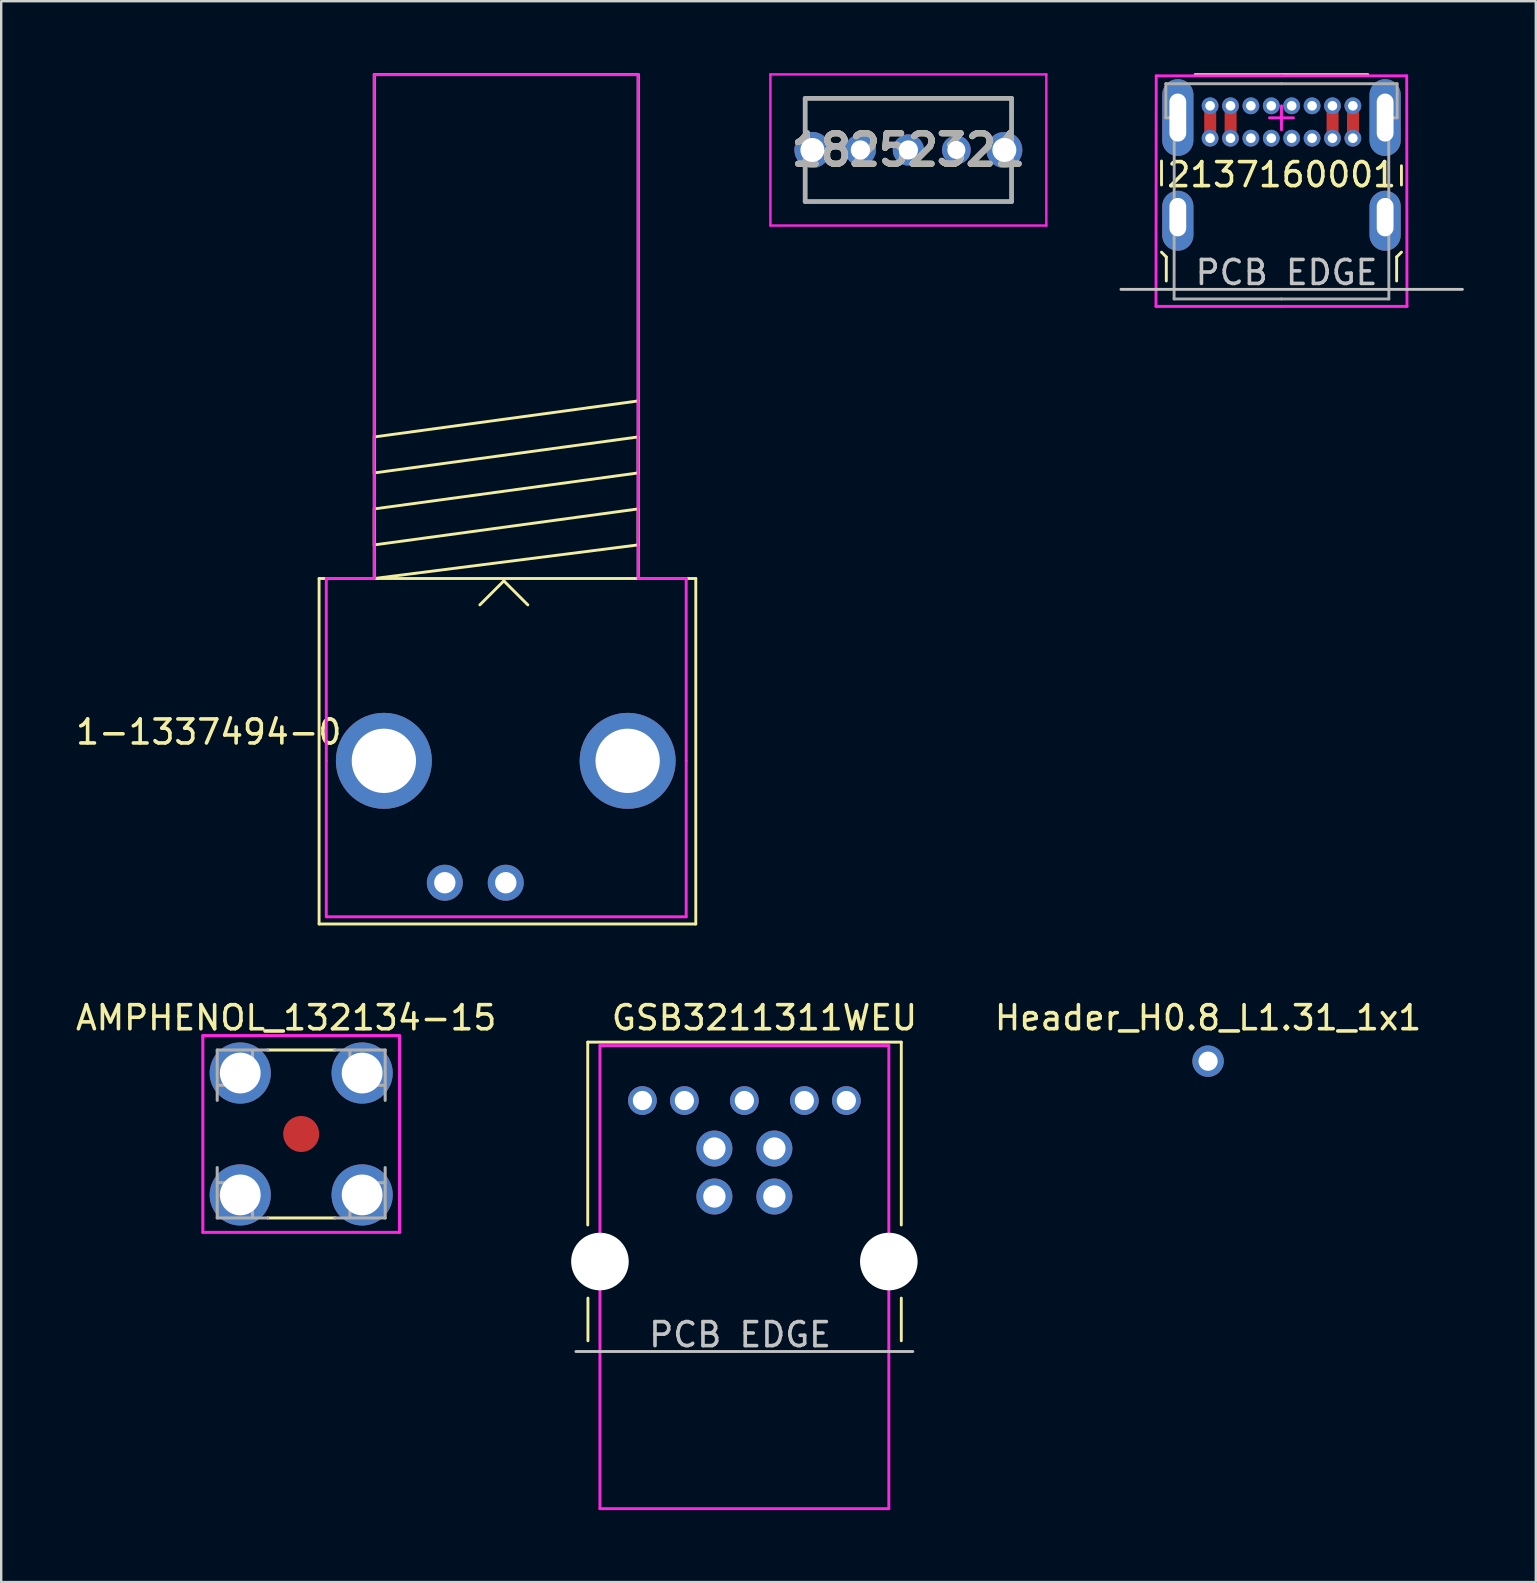
<source format=kicad_pcb>
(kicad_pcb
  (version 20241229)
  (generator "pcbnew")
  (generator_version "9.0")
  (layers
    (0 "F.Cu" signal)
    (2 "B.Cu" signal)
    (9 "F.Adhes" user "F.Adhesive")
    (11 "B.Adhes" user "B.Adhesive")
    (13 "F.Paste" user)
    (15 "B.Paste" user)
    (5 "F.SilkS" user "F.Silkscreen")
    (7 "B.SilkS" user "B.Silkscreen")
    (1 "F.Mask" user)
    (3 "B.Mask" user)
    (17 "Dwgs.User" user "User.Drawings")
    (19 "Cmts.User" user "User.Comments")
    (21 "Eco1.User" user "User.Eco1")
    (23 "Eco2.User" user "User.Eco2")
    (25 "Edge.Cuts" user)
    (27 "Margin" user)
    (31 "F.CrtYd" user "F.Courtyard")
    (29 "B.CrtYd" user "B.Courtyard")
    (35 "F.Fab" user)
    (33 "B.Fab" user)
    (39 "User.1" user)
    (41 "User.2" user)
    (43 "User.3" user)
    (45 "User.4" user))
  (footprint "AMPHENOL_132134-15"
    (layer "F.Cu")
    (at 9.503 44.212)
    (property "Reference" "AMPHENOL_132134-15" (at -0.626 -4.843 0) (layer "F.SilkS") (effects (font (size 1.002 1.002) (thickness 0.15))))
    (attr smd)
    (fp_line (start -1.4 -3.5) (end 1.4 -3.5) (stroke (width 0.127) (type solid)) (layer "F.SilkS"))
    (fp_line (start 1.4 3.5) (end -1.4 3.5) (stroke (width 0.127) (type solid)) (layer "F.SilkS"))
    (fp_line (start -4.1 -4.1) (end 4.1 -4.1) (stroke (width 0.127) (type solid)) (layer "F.CrtYd"))
    (fp_line (start -4.1 4.1) (end -4.1 -4.1) (stroke (width 0.127) (type solid)) (layer "F.CrtYd"))
    (fp_line (start 4.1 -4.1) (end 4.1 4.1) (stroke (width 0.127) (type solid)) (layer "F.CrtYd"))
    (fp_line (start 4.1 4.1) (end -4.1 4.1) (stroke (width 0.127) (type solid)) (layer "F.CrtYd"))
    (fp_line (start -3.5 -3.5) (end -3.5 -1.4) (stroke (width 0.127) (type solid)) (layer "F.Fab"))
    (fp_line (start -3.5 3.5) (end -3.5 1.4) (stroke (width 0.127) (type solid)) (layer "F.Fab"))
    (fp_line (start -2.03 -2.03) (end -3.46 -2.03) (stroke (width 0.127) (type solid)) (layer "F.Fab"))
    (fp_line (start -2.03 -2.03) (end -2.03 -3.46) (stroke (width 0.127) (type solid)) (layer "F.Fab"))
    (fp_line (start -2.03 2.03) (end -3.46 2.03) (stroke (width 0.127) (type solid)) (layer "F.Fab"))
    (fp_line (start -2.03 2.03) (end -2.03 3.46) (stroke (width 0.127) (type solid)) (layer "F.Fab"))
    (fp_line (start -1.4 -3.5) (end -3.5 -3.5) (stroke (width 0.127) (type solid)) (layer "F.Fab"))
    (fp_line (start -1.4 3.5) (end -3.5 3.5) (stroke (width 0.127) (type solid)) (layer "F.Fab"))
    (fp_line (start 1.4 -3.5) (end 3.5 -3.5) (stroke (width 0.127) (type solid)) (layer "F.Fab"))
    (fp_line (start 1.4 3.5) (end 3.5 3.5) (stroke (width 0.127) (type solid)) (layer "F.Fab"))
    (fp_line (start 2.03 -2.03) (end 2.03 -3.46) (stroke (width 0.127) (type solid)) (layer "F.Fab"))
    (fp_line (start 2.03 -2.03) (end 3.46 -2.03) (stroke (width 0.127) (type solid)) (layer "F.Fab"))
    (fp_line (start 2.03 2.03) (end 2.03 3.46) (stroke (width 0.127) (type solid)) (layer "F.Fab"))
    (fp_line (start 2.03 2.03) (end 3.46 2.03) (stroke (width 0.127) (type solid)) (layer "F.Fab"))
    (fp_line (start 3.5 -3.5) (end 3.5 -1.4) (stroke (width 0.127) (type solid)) (layer "F.Fab"))
    (fp_line (start 3.5 3.5) (end 3.5 1.4) (stroke (width 0.127) (type solid)) (layer "F.Fab"))
    (fp_poly (pts (xy -3.105 -3.1) (xy -2 -3.1) (xy -2 -2.003) (xy -3.105 -2.003)) (stroke (width 0.01) (type solid)) (fill no) (layer "F.Fab"))
    (fp_poly (pts (xy -3.1 2) (xy -2 2) (xy -2 3.1) (xy -3.1 3.1)) (stroke (width 0.01) (type solid)) (fill no) (layer "F.Fab"))
    (fp_poly (pts (xy 2.001 -3.1) (xy 3.1 -3.1) (xy 3.1 -2.001) (xy 2.001 -2.001)) (stroke (width 0.01) (type solid)) (fill no) (layer "F.Fab"))
    (fp_poly (pts (xy 2.004 2) (xy 3.1 2) (xy 3.1 3.106) (xy 2.004 3.106)) (stroke (width 0.01) (type solid)) (fill no) (layer "F.Fab"))
    (pad "1" smd circle (at 0 0) (size 1.5 1.5) (layers "F.Cu" "F.Mask" "F.Paste"))
    (pad "P1" thru_hole circle (at -2.54 -2.54) (size 2.55 2.55) (drill 1.7) (layers "*.Cu" "*.Mask"))
    (pad "P2" thru_hole circle (at 2.54 -2.54) (size 2.55 2.55) (drill 1.7) (layers "*.Cu" "*.Mask"))
    (pad "P3" thru_hole circle (at 2.54 2.54) (size 2.55 2.55) (drill 1.7) (layers "*.Cu" "*.Mask"))
    (pad "P4" thru_hole circle (at -2.54 2.54) (size 2.55 2.55) (drill 1.7) (layers "*.Cu" "*.Mask")))
  (footprint "18252321"
    (layer "F.Cu")
    (at 34.799 3.21)
    (property "Reference" "18252321" (at 0.01 -0.01 0) (layer "F.SilkS") (effects (font (size 1.27 1.27) (thickness 0.254))))
    (attr through_hole)
    (fp_line (start -4.29 -2.16) (end 4.31 -2.16) (stroke (width 0.1) (type solid)) (layer "F.SilkS"))
    (fp_line (start -4.29 -1.01) (end -4.29 -2.16) (stroke (width 0.1) (type solid)) (layer "F.SilkS"))
    (fp_line (start -4.29 0.99) (end -4.29 2.14) (stroke (width 0.1) (type solid)) (layer "F.SilkS"))
    (fp_line (start -4.29 2.14) (end 4.31 2.14) (stroke (width 0.1) (type solid)) (layer "F.SilkS"))
    (fp_line (start 4.31 -2.16) (end 4.31 -1.01) (stroke (width 0.1) (type solid)) (layer "F.SilkS"))
    (fp_line (start 4.31 2.14) (end 4.31 0.99) (stroke (width 0.1) (type solid)) (layer "F.SilkS"))
    (fp_line (start -5.74 -3.16) (end 5.76 -3.16) (stroke (width 0.1) (type solid)) (layer "F.CrtYd"))
    (fp_line (start -5.74 3.14) (end -5.74 -3.16) (stroke (width 0.1) (type solid)) (layer "F.CrtYd"))
    (fp_line (start 5.76 -3.16) (end 5.76 3.14) (stroke (width 0.1) (type solid)) (layer "F.CrtYd"))
    (fp_line (start 5.76 3.14) (end -5.74 3.14) (stroke (width 0.1) (type solid)) (layer "F.CrtYd"))
    (fp_line (start -4.29 -2.16) (end 4.31 -2.16) (stroke (width 0.2) (type solid)) (layer "F.Fab"))
    (fp_line (start -4.29 2.14) (end -4.29 -2.16) (stroke (width 0.2) (type solid)) (layer "F.Fab"))
    (fp_line (start 4.31 -2.16) (end 4.31 2.14) (stroke (width 0.2) (type solid)) (layer "F.Fab"))
    (fp_line (start 4.31 2.14) (end -4.29 2.14) (stroke (width 0.2) (type solid)) (layer "F.Fab"))
    (fp_text user "${REFERENCE}" (at 0.01 -0.01 0) (layer "F.Fab") (effects (font (size 1.27 1.27) (thickness 0.254))))
    (pad "1" thru_hole circle (at -1.99 -0.01) (size 1.3 1.3) (drill 0.8) (layers "*.Cu" "*.Mask"))
    (pad "2" thru_hole circle (at 0.01 -0.01) (size 1.3 1.3) (drill 0.8) (layers "*.Cu" "*.Mask"))
    (pad "3" thru_hole circle (at 2.01 -0.01) (size 1.2 1.2) (drill 0.75) (layers "*.Cu" "*.Mask"))
    (pad "MH1" thru_hole circle (at -3.99 -0.01) (size 1.5 1.5) (drill 1) (layers "*.Cu" "*.Mask"))
    (pad "MH2" thru_hole circle (at 4.01 -0.01) (size 1.5 1.5) (drill 1) (layers "*.Cu" "*.Mask")))
  (footprint "Header_H0.8_L1.31_1x1"
    (layer "F.Cu")
    (at 47.3 41.178)
    (property "Reference" "Header_H0.8_L1.31_1x1" (at 0 -1.81 0) (layer "F.SilkS") (effects (font (size 1 1) (thickness 0.15))))
    (attr through_hole)
    (pad "1" thru_hole circle (at 0 0 180) (size 1.31 1.31) (drill 0.8) (layers "*.Cu" "*.Mask")))
  (footprint "2137160001"
    (layer "F.Cu")
    (at 50.359 1.86)
    (property "Reference" "2137160001" (at 0.01 2.37 0) (layer "F.SilkS") (effects (font (size 1 1) (thickness 0.15))))
    (attr through_hole)
    (fp_poly (pts (xy -2.72 0.6) (xy -3.22 0.6) (xy -3.22 -0.25) (xy -2.72 -0.25)) (stroke (width 0) (type solid)) (fill yes) (layer "F.Cu"))
    (fp_poly (pts (xy -1.87 0.6) (xy -2.37 0.6) (xy -2.37 -0.25) (xy -1.87 -0.25)) (stroke (width 0) (type solid)) (fill yes) (layer "F.Cu"))
    (fp_poly (pts (xy 2.38 0.6) (xy 1.88 0.6) (xy 1.88 -0.25) (xy 2.38 -0.25)) (stroke (width 0) (type solid)) (fill yes) (layer "F.Cu"))
    (fp_poly (pts (xy 3.23 0.6) (xy 2.73 0.6) (xy 2.73 -0.25) (xy 3.23 -0.25)) (stroke (width 0) (type solid)) (fill yes) (layer "F.Cu"))
    (fp_line (start -5 2.8) (end -5 1.8) (stroke (width 0.12) (type solid)) (layer "F.SilkS"))
    (fp_line (start -4.8 5.8) (end -5 5.6) (stroke (width 0.12) (type solid)) (layer "F.SilkS"))
    (fp_line (start -4.8 6.8) (end -4.8 5.8) (stroke (width 0.12) (type solid)) (layer "F.SilkS"))
    (fp_line (start -3.6 -1.8) (end 3.6 -1.8) (stroke (width 0.12) (type solid)) (layer "F.SilkS"))
    (fp_line (start 4.8 5.8) (end 5 5.6) (stroke (width 0.12) (type solid)) (layer "F.SilkS"))
    (fp_line (start 4.8 6.8) (end 4.8 5.8) (stroke (width 0.12) (type solid)) (layer "F.SilkS"))
    (fp_line (start 5 2.8) (end 5 2) (stroke (width 0.12) (type solid)) (layer "F.SilkS"))
    (fp_line (start -6.69 7.15) (end 7.54 7.15) (stroke (width 0.12) (type solid)) (layer "Dwgs.User"))
    (fp_line (start -5.23 7.86) (end -5.22 -1.75) (stroke (width 0.12) (type solid)) (layer "F.CrtYd"))
    (fp_line (start -5.23 7.86) (end 0 7.86) (stroke (width 0.12) (type solid)) (layer "F.CrtYd"))
    (fp_line (start -5.22 -1.75) (end 0 -1.75) (stroke (width 0.12) (type solid)) (layer "F.CrtYd"))
    (fp_line (start -0.5 0) (end 0.5 0) (stroke (width 0.12) (type solid)) (layer "F.CrtYd"))
    (fp_line (start 0 0.5) (end 0 -0.5) (stroke (width 0.12) (type solid)) (layer "F.CrtYd"))
    (fp_line (start 5.22 -1.75) (end 0 -1.75) (stroke (width 0.12) (type solid)) (layer "F.CrtYd"))
    (fp_line (start 5.23 7.86) (end 0 7.86) (stroke (width 0.12) (type solid)) (layer "F.CrtYd"))
    (fp_line (start 5.23 7.86) (end 5.22 -1.75) (stroke (width 0.12) (type solid)) (layer "F.CrtYd"))
    (fp_line (start -4.82 -1.42) (end -4.82 0) (stroke (width 0.12) (type solid)) (layer "F.Fab"))
    (fp_line (start -4.82 -1.42) (end 0 -1.42) (stroke (width 0.12) (type solid)) (layer "F.Fab"))
    (fp_line (start -4.82 0) (end -4.47 0) (stroke (width 0.12) (type solid)) (layer "F.Fab"))
    (fp_line (start -4.475 7.55) (end -4.47 0) (stroke (width 0.12) (type solid)) (layer "F.Fab"))
    (fp_line (start -4.475 7.55) (end 0 7.55) (stroke (width 0.12) (type solid)) (layer "F.Fab"))
    (fp_line (start 4.475 7.55) (end 0 7.55) (stroke (width 0.12) (type solid)) (layer "F.Fab"))
    (fp_line (start 4.475 7.55) (end 4.47 0) (stroke (width 0.12) (type solid)) (layer "F.Fab"))
    (fp_line (start 4.82 -1.42) (end 0 -1.42) (stroke (width 0.12) (type solid)) (layer "F.Fab"))
    (fp_line (start 4.82 -1.42) (end 4.82 0) (stroke (width 0.12) (type solid)) (layer "F.Fab"))
    (fp_line (start 4.82 0) (end 4.47 0) (stroke (width 0.12) (type solid)) (layer "F.Fab"))
    (fp_text user "PCB EDGE" (at 0.212 6.448 0) (layer "Dwgs.User") (effects (font (size 1 1) (thickness 0.15))))
    (pad "A1" thru_hole circle (at -2.975 -0.5) (size 0.7 0.7) (drill 0.4) (layers "*.Cu" "*.Mask"))
    (pad "A4" thru_hole circle (at -2.125 -0.5) (size 0.7 0.7) (drill 0.4) (layers "*.Cu" "*.Mask"))
    (pad "A5" thru_hole circle (at -1.275 -0.5) (size 0.7 0.7) (drill 0.4) (layers "*.Cu" "*.Mask"))
    (pad "A6" thru_hole circle (at -0.425 -0.5) (size 0.7 0.7) (drill 0.4) (layers "*.Cu" "*.Mask"))
    (pad "A7" thru_hole circle (at 0.425 -0.5) (size 0.7 0.7) (drill 0.4) (layers "*.Cu" "*.Mask"))
    (pad "A8" thru_hole circle (at 1.275 -0.5) (size 0.7 0.7) (drill 0.4) (layers "*.Cu" "*.Mask"))
    (pad "A9" thru_hole circle (at 2.125 -0.5) (size 0.7 0.7) (drill 0.4) (layers "*.Cu" "*.Mask"))
    (pad "A12" thru_hole circle (at 2.975 -0.5) (size 0.7 0.7) (drill 0.4) (layers "*.Cu" "*.Mask"))
    (pad "B1" thru_hole circle (at 2.975 0.85) (size 0.7 0.7) (drill 0.4) (layers "*.Cu" "*.Mask"))
    (pad "B4" thru_hole circle (at 2.125 0.85) (size 0.7 0.7) (drill 0.4) (layers "*.Cu" "*.Mask"))
    (pad "B5" thru_hole circle (at 1.275 0.85) (size 0.7 0.7) (drill 0.4) (layers "*.Cu" "*.Mask"))
    (pad "B6" thru_hole circle (at 0.425 0.85) (size 0.7 0.7) (drill 0.4) (layers "*.Cu" "*.Mask"))
    (pad "B7" thru_hole circle (at -0.425 0.85) (size 0.7 0.7) (drill 0.4) (layers "*.Cu" "*.Mask"))
    (pad "B8" thru_hole circle (at -1.275 0.85) (size 0.7 0.7) (drill 0.4) (layers "*.Cu" "*.Mask"))
    (pad "B9" thru_hole circle (at -2.125 0.85) (size 0.7 0.7) (drill 0.4) (layers "*.Cu" "*.Mask"))
    (pad "B12" thru_hole circle (at -2.975 0.85) (size 0.7 0.7) (drill 0.4) (layers "*.Cu" "*.Mask"))
    (pad "S1" thru_hole oval (at -4.32 -0.01) (size 1.3 3.2) (drill oval 0.7 2) (layers "*.Cu" "*.Mask"))
    (pad "S2" thru_hole oval (at -4.32 4.14) (size 1.3 2.5) (drill oval 0.7 1.6 (offset 0 0.15)) (layers "*.Cu" "*.Mask"))
    (pad "S3" thru_hole oval (at 4.32 4.14) (size 1.3 2.5) (drill oval 0.7 1.6 (offset 0 0.15)) (layers "*.Cu" "*.Mask"))
    (pad "S4" thru_hole oval (at 4.32 -0.01) (size 1.3 3.2) (drill oval 0.7 2) (layers "*.Cu" "*.Mask")))
  (footprint "1-1337494-0"
    (layer "F.Cu")
    (at 12.949 28.66)
    (property "Reference" "1-1337494-0" (at -7.3 -1.2 0) (layer "F.SilkS") (effects (font (size 1 1) (thickness 0.15))))
    (attr through_hole)
    (fp_line (start -2.7 -7.6) (end -2.7 6.8) (stroke (width 0.12) (type solid)) (layer "F.SilkS"))
    (fp_line (start -2.7 -7.6) (end -0.7 -7.6) (stroke (width 0.12) (type solid)) (layer "F.SilkS"))
    (fp_line (start -2.7 6.8) (end 13 6.8) (stroke (width 0.12) (type solid)) (layer "F.SilkS"))
    (fp_line (start -0.4 -28.6) (end -0.4 -7.6) (stroke (width 0.12) (type solid)) (layer "F.SilkS"))
    (fp_line (start -0.4 -13.5) (end 10.6 -15) (stroke (width 0.12) (type solid)) (layer "F.SilkS"))
    (fp_line (start -0.4 -12) (end -0.4 -13.5) (stroke (width 0.12) (type solid)) (layer "F.SilkS"))
    (fp_line (start -0.4 -10.5) (end 10.6 -12) (stroke (width 0.12) (type solid)) (layer "F.SilkS"))
    (fp_line (start -0.4 -9) (end -0.4 -10.5) (stroke (width 0.12) (type solid)) (layer "F.SilkS"))
    (fp_line (start -0.4 -7.6) (end -0.7 -7.6) (stroke (width 0.12) (type solid)) (layer "F.SilkS"))
    (fp_line (start -0.4 -7.6) (end 10.6 -9) (stroke (width 0.12) (type solid)) (layer "F.SilkS"))
    (fp_line (start -0.4 -7.6) (end 10.6 -7.6) (stroke (width 0.12) (type solid)) (layer "F.SilkS"))
    (fp_line (start 5 -7.5) (end 4 -6.5) (stroke (width 0.12) (type solid)) (layer "F.SilkS"))
    (fp_line (start 5 -7.5) (end 6 -6.5) (stroke (width 0.12) (type solid)) (layer "F.SilkS"))
    (fp_line (start 10.6 -28.6) (end -0.4 -28.6) (stroke (width 0.12) (type solid)) (layer "F.SilkS"))
    (fp_line (start 10.6 -13.5) (end -0.4 -12) (stroke (width 0.12) (type solid)) (layer "F.SilkS"))
    (fp_line (start 10.6 -12) (end 10.6 -13.5) (stroke (width 0.12) (type solid)) (layer "F.SilkS"))
    (fp_line (start 10.6 -10.5) (end -0.4 -9) (stroke (width 0.12) (type solid)) (layer "F.SilkS"))
    (fp_line (start 10.6 -9) (end 10.6 -10.5) (stroke (width 0.12) (type solid)) (layer "F.SilkS"))
    (fp_line (start 10.6 -7.6) (end 10.6 -28.6) (stroke (width 0.12) (type solid)) (layer "F.SilkS"))
    (fp_line (start 10.9 -7.6) (end 10.6 -7.6) (stroke (width 0.12) (type solid)) (layer "F.SilkS"))
    (fp_line (start 13 -7.6) (end 10.9 -7.6) (stroke (width 0.12) (type solid)) (layer "F.SilkS"))
    (fp_line (start 13 6.8) (end 13 -7.6) (stroke (width 0.12) (type solid)) (layer "F.SilkS"))
    (fp_line (start -2.4 -7.6) (end -2.4 0) (stroke (width 0.12) (type solid)) (layer "F.CrtYd"))
    (fp_line (start -2.4 0) (end -2.4 6.5) (stroke (width 0.12) (type solid)) (layer "F.CrtYd"))
    (fp_line (start -2.4 6.5) (end 12.6 6.5) (stroke (width 0.12) (type solid)) (layer "F.CrtYd"))
    (fp_line (start -0.4 -28.6) (end -0.4 -7.6) (stroke (width 0.12) (type solid)) (layer "F.CrtYd"))
    (fp_line (start -0.4 -7.6) (end -2.4 -7.6) (stroke (width 0.12) (type solid)) (layer "F.CrtYd"))
    (fp_line (start 10.6 -28.6) (end -0.4 -28.6) (stroke (width 0.12) (type solid)) (layer "F.CrtYd"))
    (fp_line (start 10.6 -7.6) (end 10.6 -28.6) (stroke (width 0.12) (type solid)) (layer "F.CrtYd"))
    (fp_line (start 12.6 -7.6) (end 10.6 -7.6) (stroke (width 0.12) (type solid)) (layer "F.CrtYd"))
    (fp_line (start 12.6 0) (end 12.6 -7.6) (stroke (width 0.12) (type solid)) (layer "F.CrtYd"))
    (fp_line (start 12.6 6.5) (end 12.6 0) (stroke (width 0.12) (type solid)) (layer "F.CrtYd"))
    (pad "" thru_hole circle (at 0 0) (size 4 4) (drill 2.68) (layers "*.Cu" "*.Mask"))
    (pad "" thru_hole circle (at 10.16 0) (size 4 4) (drill 2.68) (layers "*.Cu" "*.Mask"))
    (pad "1" thru_hole circle (at 5.08 5.08) (size 1.5 1.5) (drill 0.89) (layers "*.Cu" "*.Mask"))
    (pad "2" thru_hole circle (at 2.54 5.08) (size 1.5 1.5) (drill 0.89) (layers "*.Cu" "*.Mask")))
  (footprint "GSB3211311WEU"
    (layer "F.Cu")
    (at 27.984 49.528)
    (property "Reference" "GSB3211311WEU" (at 0.828 -10.16 0) (layer "F.SilkS") (effects (font (size 1 1) (thickness 0.15))))
    (attr through_hole)
    (fp_line (start -6.538 -9.144) (end 6.53 -9.144) (stroke (width 0.12) (type solid)) (layer "F.SilkS"))
    (fp_line (start -6.538 -1.524) (end -6.538 -9.144) (stroke (width 0.12) (type solid)) (layer "F.SilkS"))
    (fp_line (start -6.53 3.302) (end -6.53 1.524) (stroke (width 0.12) (type solid)) (layer "F.SilkS"))
    (fp_line (start 6.53 -9.144) (end 6.53 -1.524) (stroke (width 0.12) (type solid)) (layer "F.SilkS"))
    (fp_line (start 6.53 1.524) (end 6.53 3.302) (stroke (width 0.12) (type solid)) (layer "F.SilkS"))
    (fp_line (start -7.03 3.75) (end 7.01 3.75) (stroke (width 0.12) (type solid)) (layer "Dwgs.User"))
    (fp_line (start -6.03 -9) (end -6.03 0) (stroke (width 0.12) (type solid)) (layer "F.CrtYd"))
    (fp_line (start -6.03 0) (end -6.03 10.3) (stroke (width 0.12) (type solid)) (layer "F.CrtYd"))
    (fp_line (start -6.03 10.3) (end 6.01 10.3) (stroke (width 0.12) (type solid)) (layer "F.CrtYd"))
    (fp_line (start 6.01 -9) (end -6.03 -9) (stroke (width 0.12) (type solid)) (layer "F.CrtYd"))
    (fp_line (start 6.01 10.3) (end 6.01 -9) (stroke (width 0.12) (type solid)) (layer "F.CrtYd"))
    (fp_text user "PCB EDGE" (at -0.188 3.048 0) (layer "Dwgs.User") (effects (font (size 1 1) (thickness 0.15))))
    (pad "" np_thru_hole circle (at -6.03 0) (size 2.4 2.4) (drill 2.4) (layers "*.Cu" "*.Mask"))
    (pad "" np_thru_hole circle (at 6.01 0) (size 2.4 2.4) (drill 2.4) (layers "*.Cu" "*.Mask"))
    (pad "1" thru_hole circle (at 1.24 -4.71) (size 1.5 1.5) (drill 0.93) (layers "*.Cu" "*.Mask"))
    (pad "2" thru_hole circle (at -1.26 -4.71) (size 1.5 1.5) (drill 0.93) (layers "*.Cu" "*.Mask"))
    (pad "3" thru_hole circle (at -1.26 -2.71) (size 1.5 1.5) (drill 0.93) (layers "*.Cu" "*.Mask"))
    (pad "4" thru_hole circle (at 1.24 -2.71) (size 1.5 1.5) (drill 0.93) (layers "*.Cu" "*.Mask"))
    (pad "5" thru_hole circle (at -4.26 -6.71) (size 1.2 1.2) (drill 0.8) (layers "*.Cu" "*.Mask"))
    (pad "6" thru_hole circle (at -2.51 -6.71) (size 1.2 1.2) (drill 0.8) (layers "*.Cu" "*.Mask"))
    (pad "7" thru_hole circle (at -0.01 -6.71) (size 1.2 1.2) (drill 0.8) (layers "*.Cu" "*.Mask"))
    (pad "8" thru_hole circle (at 2.49 -6.71) (size 1.2 1.2) (drill 0.8) (layers "*.Cu" "*.Mask"))
    (pad "9" thru_hole circle (at 4.24 -6.71) (size 1.2 1.2) (drill 0.8) (layers "*.Cu" "*.Mask")))
  (gr_rect
    (start -3 -3)
    (end 60.959 62.888)
    (stroke (width 0.1) (type default))
    (fill no)
    (layer "Edge.Cuts")))
</source>
